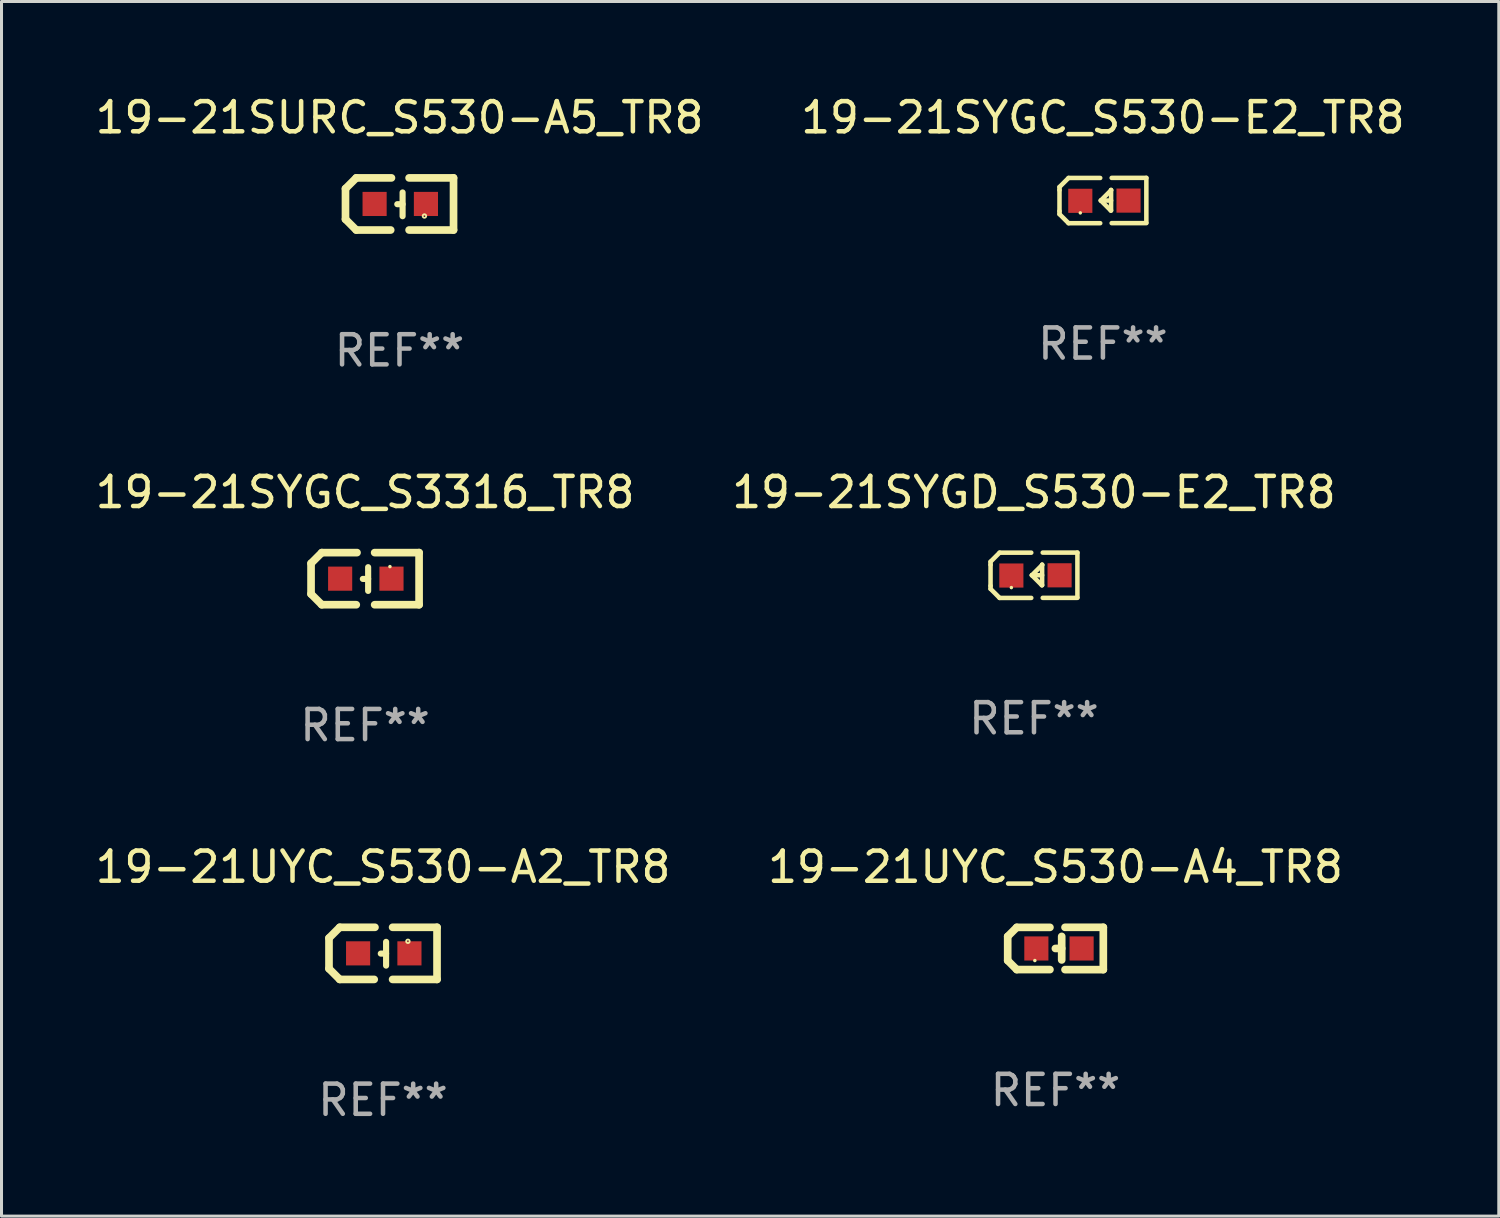
<source format=kicad_pcb>
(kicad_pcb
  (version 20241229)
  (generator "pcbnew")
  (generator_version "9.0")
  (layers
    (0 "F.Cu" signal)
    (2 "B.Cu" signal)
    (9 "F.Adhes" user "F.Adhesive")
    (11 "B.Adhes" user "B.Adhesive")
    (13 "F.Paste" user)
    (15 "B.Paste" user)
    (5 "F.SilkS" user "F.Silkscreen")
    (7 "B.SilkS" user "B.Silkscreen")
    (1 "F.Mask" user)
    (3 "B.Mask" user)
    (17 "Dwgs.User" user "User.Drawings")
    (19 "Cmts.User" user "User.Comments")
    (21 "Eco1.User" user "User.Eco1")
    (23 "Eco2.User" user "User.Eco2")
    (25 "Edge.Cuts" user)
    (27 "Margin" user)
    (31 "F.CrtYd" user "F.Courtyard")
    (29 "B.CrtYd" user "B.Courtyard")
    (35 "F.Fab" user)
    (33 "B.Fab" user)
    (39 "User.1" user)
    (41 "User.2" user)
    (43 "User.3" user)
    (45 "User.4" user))
  (footprint "19-21UYC_S530-A2_TR8"
    (layer "F.Cu")
    (at 9.649 28.559)
    (property "Reference" "19-21UYC_S530-A2_TR8" (at 0 -2.864 0) (layer "F.SilkS") (effects (font (size 1 1) (thickness 0.15))))
    (attr through_hole)
    (fp_line (start -1.791 -0.508) (end -1.435 -0.864) (stroke (width 0.254) (type solid)) (layer "F.SilkS"))
    (fp_line (start -1.791 0.508) (end -1.791 -0.508) (stroke (width 0.254) (type solid)) (layer "F.SilkS"))
    (fp_line (start -1.435 0.864) (end -1.791 0.508) (stroke (width 0.254) (type solid)) (layer "F.SilkS"))
    (fp_line (start -0.292 0.864) (end -1.435 0.864) (stroke (width 0.254) (type solid)) (layer "F.SilkS"))
    (fp_line (start -0.267 -0.864) (end -1.435 -0.864) (stroke (width 0.254) (type solid)) (layer "F.SilkS"))
    (fp_line (start 0.102 0.008) (end -0.074 0.008) (stroke (width 0.203) (type solid)) (layer "F.SilkS"))
    (fp_line (start 0.102 0.406) (end 0.102 -0.381) (stroke (width 0.203) (type solid)) (layer "F.SilkS"))
    (fp_line (start 1.791 -0.864) (end 0.318 -0.864) (stroke (width 0.254) (type solid)) (layer "F.SilkS"))
    (fp_line (start 1.791 0.864) (end 0.318 0.864) (stroke (width 0.254) (type solid)) (layer "F.SilkS"))
    (fp_line (start 1.791 0.864) (end 1.791 -0.864) (stroke (width 0.254) (type solid)) (layer "F.SilkS"))
    (fp_circle (center 0.826 -0.4) (end 0.855 -0.4) (stroke (width 0.06) (type solid)) (fill no) (layer "F.SilkS"))
    (fp_text user "REF**" (at 0 4.864 0) (layer "F.Fab") (effects (font (size 1 1) (thickness 0.15))))
    (pad "1" smd rect (at 0.876 0.000127 90) (size 0.8 0.8) (layers "F.Cu" "F.Mask" "F.Paste"))
    (pad "2" smd rect (at -0.826 0.000127 90) (size 0.8 0.8) (layers "F.Cu" "F.Mask" "F.Paste")))
  (footprint "19-21UYC_S530-A4_TR8"
    (layer "F.Cu")
    (at 31.946 28.397)
    (property "Reference" "19-21UYC_S530-A4_TR8" (at 0 -2.701 0) (layer "F.SilkS") (effects (font (size 1 1) (thickness 0.15))))
    (attr through_hole)
    (fp_line (start -1.585 -0.4) (end -1.585 0.4) (stroke (width 0.254) (type solid)) (layer "F.SilkS"))
    (fp_line (start -1.585 0.4) (end -1.285 0.7) (stroke (width 0.254) (type solid)) (layer "F.SilkS"))
    (fp_line (start -1.285 -0.7) (end -1.585 -0.4) (stroke (width 0.254) (type solid)) (layer "F.SilkS"))
    (fp_line (start -1.285 0.7) (end -0.185 0.7) (stroke (width 0.254) (type solid)) (layer "F.SilkS"))
    (fp_line (start -0.185 -0.7) (end -1.285 -0.7) (stroke (width 0.254) (type solid)) (layer "F.SilkS"))
    (fp_line (start 0.205 -0.4) (end 0.205 0.38) (stroke (width 0.254) (type solid)) (layer "F.SilkS"))
    (fp_line (start 0.205 -0.002) (end -0.004 -0.000102) (stroke (width 0.254) (type solid)) (layer "F.SilkS"))
    (fp_line (start 0.315 -0.701) (end 1.585 -0.701) (stroke (width 0.254) (type solid)) (layer "F.SilkS"))
    (fp_line (start 1.585 -0.701) (end 1.585 0.701) (stroke (width 0.254) (type solid)) (layer "F.SilkS"))
    (fp_line (start 1.585 0.701) (end 0.315 0.701) (stroke (width 0.254) (type solid)) (layer "F.SilkS"))
    (fp_circle (center -0.685 0.4) (end -0.655 0.4) (stroke (width 0.06) (type solid)) (fill no) (layer "F.SilkS"))
    (fp_text user "REF**" (at 0 4.701 0) (layer "F.Fab") (effects (font (size 1 1) (thickness 0.15))))
    (pad "1" smd rect (at -0.635 0) (size 0.8 0.8) (layers "F.Cu" "F.Mask" "F.Paste"))
    (pad "2" smd rect (at 0.865 0) (size 0.8 0.8) (layers "F.Cu" "F.Mask" "F.Paste")))
  (footprint "19-21SYGD_S530-E2_TR8"
    (layer "F.Cu")
    (at 31.232 16.023)
    (property "Reference" "19-21SYGD_S530-E2_TR8" (at 0 -2.751 0) (layer "F.SilkS") (effects (font (size 1 1) (thickness 0.15))))
    (attr through_hole)
    (fp_line (start -1.44 -0.449) (end -1.14 -0.749) (stroke (width 0.15) (type solid)) (layer "F.SilkS"))
    (fp_line (start -1.44 -0.349) (end -1.44 -0.449) (stroke (width 0.15) (type solid)) (layer "F.SilkS"))
    (fp_line (start -1.44 -0.349) (end -1.44 0.351) (stroke (width 0.15) (type solid)) (layer "F.SilkS"))
    (fp_line (start -1.44 0.351) (end -1.44 0.451) (stroke (width 0.15) (type solid)) (layer "F.SilkS"))
    (fp_line (start -1.44 0.451) (end -1.14 0.751) (stroke (width 0.15) (type solid)) (layer "F.SilkS"))
    (fp_line (start -0.09 -0.749) (end -1.14 -0.749) (stroke (width 0.15) (type solid)) (layer "F.SilkS"))
    (fp_line (start -0.09 0.751) (end -1.14 0.751) (stroke (width 0.15) (type solid)) (layer "F.SilkS"))
    (fp_line (start 0.26 0.329) (end -0.07 -0.001) (stroke (width 0.15) (type solid)) (layer "F.SilkS"))
    (fp_line (start 0.27 -0.351) (end 0.27 -0.341) (stroke (width 0.15) (type solid)) (layer "F.SilkS"))
    (fp_line (start 0.27 -0.351) (end 0.27 0.329) (stroke (width 0.15) (type solid)) (layer "F.SilkS"))
    (fp_line (start 0.27 -0.341) (end -0.07 -0.001) (stroke (width 0.15) (type solid)) (layer "F.SilkS"))
    (fp_line (start 0.27 -0.001) (end -0.07 -0.001) (stroke (width 0.15) (type solid)) (layer "F.SilkS"))
    (fp_line (start 0.27 0.329) (end 0.26 0.329) (stroke (width 0.15) (type solid)) (layer "F.SilkS"))
    (fp_line (start 0.29 -0.751) (end 1.44 -0.751) (stroke (width 0.15) (type solid)) (layer "F.SilkS"))
    (fp_line (start 0.29 0.749) (end 1.44 0.749) (stroke (width 0.15) (type solid)) (layer "F.SilkS"))
    (fp_line (start 1.44 -0.751) (end 1.44 0.729) (stroke (width 0.15) (type solid)) (layer "F.SilkS"))
    (fp_circle (center -0.75 0.409) (end -0.72 0.409) (stroke (width 0.06) (type solid)) (fill no) (layer "F.SilkS"))
    (fp_text user "REF**" (at 0 4.751 0) (layer "F.Fab") (effects (font (size 1 1) (thickness 0.15))))
    (pad "1" smd rect (at -0.75 0.009 90) (size 0.8 0.8) (layers "F.Cu" "F.Mask" "F.Paste"))
    (pad "2" smd rect (at 0.849 0.002 90) (size 0.8 0.8) (layers "F.Cu" "F.Mask" "F.Paste")))
  (footprint "19-21SURC_S530-A5_TR8"
    (layer "F.Cu")
    (at 10.196 3.712)
    (property "Reference" "19-21SURC_S530-A5_TR8" (at 0 -2.864 0) (layer "F.SilkS") (effects (font (size 1 1) (thickness 0.15))))
    (attr through_hole)
    (fp_line (start -1.791 -0.508) (end -1.435 -0.864) (stroke (width 0.254) (type solid)) (layer "F.SilkS"))
    (fp_line (start -1.791 0.508) (end -1.791 -0.508) (stroke (width 0.254) (type solid)) (layer "F.SilkS"))
    (fp_line (start -1.435 0.864) (end -1.791 0.508) (stroke (width 0.254) (type solid)) (layer "F.SilkS"))
    (fp_line (start -0.292 0.864) (end -1.435 0.864) (stroke (width 0.254) (type solid)) (layer "F.SilkS"))
    (fp_line (start -0.267 -0.864) (end -1.435 -0.864) (stroke (width 0.254) (type solid)) (layer "F.SilkS"))
    (fp_line (start 0.102 0.008) (end -0.074 0.008) (stroke (width 0.203) (type solid)) (layer "F.SilkS"))
    (fp_line (start 0.102 0.406) (end 0.102 -0.381) (stroke (width 0.203) (type solid)) (layer "F.SilkS"))
    (fp_line (start 1.791 -0.864) (end 0.318 -0.864) (stroke (width 0.254) (type solid)) (layer "F.SilkS"))
    (fp_line (start 1.791 0.864) (end 0.318 0.864) (stroke (width 0.254) (type solid)) (layer "F.SilkS"))
    (fp_line (start 1.791 0.864) (end 1.791 -0.864) (stroke (width 0.254) (type solid)) (layer "F.SilkS"))
    (fp_circle (center 0.826 0.4) (end 0.855 0.4) (stroke (width 0.06) (type solid)) (fill no) (layer "F.SilkS"))
    (fp_text user "REF**" (at 0 4.864 0) (layer "F.Fab") (effects (font (size 1 1) (thickness 0.15))))
    (pad "1" smd rect (at 0.876 0 90) (size 0.8 0.8) (layers "F.Cu" "F.Mask" "F.Paste"))
    (pad "2" smd rect (at -0.826 0 90) (size 0.8 0.8) (layers "F.Cu" "F.Mask" "F.Paste")))
  (footprint "19-21SYGC_S3316_TR8"
    (layer "F.Cu")
    (at 9.054 16.136)
    (property "Reference" "19-21SYGC_S3316_TR8" (at 0 -2.864 0) (layer "F.SilkS") (effects (font (size 1 1) (thickness 0.15))))
    (attr through_hole)
    (fp_line (start -1.791 -0.508) (end -1.435 -0.864) (stroke (width 0.254) (type solid)) (layer "F.SilkS"))
    (fp_line (start -1.791 0.508) (end -1.791 -0.508) (stroke (width 0.254) (type solid)) (layer "F.SilkS"))
    (fp_line (start -1.435 0.864) (end -1.791 0.508) (stroke (width 0.254) (type solid)) (layer "F.SilkS"))
    (fp_line (start -0.292 0.864) (end -1.435 0.864) (stroke (width 0.254) (type solid)) (layer "F.SilkS"))
    (fp_line (start -0.267 -0.864) (end -1.435 -0.864) (stroke (width 0.254) (type solid)) (layer "F.SilkS"))
    (fp_line (start 0.102 0.008) (end -0.074 0.008) (stroke (width 0.203) (type solid)) (layer "F.SilkS"))
    (fp_line (start 0.102 0.406) (end 0.102 -0.381) (stroke (width 0.203) (type solid)) (layer "F.SilkS"))
    (fp_line (start 1.791 -0.864) (end 0.318 -0.864) (stroke (width 0.254) (type solid)) (layer "F.SilkS"))
    (fp_line (start 1.791 0.864) (end 0.318 0.864) (stroke (width 0.254) (type solid)) (layer "F.SilkS"))
    (fp_line (start 1.791 0.864) (end 1.791 -0.864) (stroke (width 0.254) (type solid)) (layer "F.SilkS"))
    (fp_circle (center 0.825 -0.4) (end 0.855 -0.4) (stroke (width 0.06) (type solid)) (fill no) (layer "F.SilkS"))
    (fp_text user "REF**" (at 0 4.864 0) (layer "F.Fab") (effects (font (size 1 1) (thickness 0.15))))
    (pad "1" smd rect (at 0.876 0 90) (size 0.8 0.8) (layers "F.Cu" "F.Mask" "F.Paste"))
    (pad "2" smd rect (at -0.826 0 90) (size 0.8 0.8) (layers "F.Cu" "F.Mask" "F.Paste")))
  (footprint "19-21SYGC_S530-E2_TR8"
    (layer "F.Cu")
    (at 33.518 3.599)
    (property "Reference" "19-21SYGC_S530-E2_TR8" (at 0 -2.751 0) (layer "F.SilkS") (effects (font (size 1 1) (thickness 0.15))))
    (attr through_hole)
    (fp_line (start -1.44 -0.449) (end -1.14 -0.749) (stroke (width 0.15) (type solid)) (layer "F.SilkS"))
    (fp_line (start -1.44 -0.349) (end -1.44 -0.449) (stroke (width 0.15) (type solid)) (layer "F.SilkS"))
    (fp_line (start -1.44 -0.349) (end -1.44 0.351) (stroke (width 0.15) (type solid)) (layer "F.SilkS"))
    (fp_line (start -1.44 0.351) (end -1.44 0.451) (stroke (width 0.15) (type solid)) (layer "F.SilkS"))
    (fp_line (start -1.44 0.451) (end -1.14 0.751) (stroke (width 0.15) (type solid)) (layer "F.SilkS"))
    (fp_line (start -0.09 -0.749) (end -1.14 -0.749) (stroke (width 0.15) (type solid)) (layer "F.SilkS"))
    (fp_line (start -0.09 0.751) (end -1.14 0.751) (stroke (width 0.15) (type solid)) (layer "F.SilkS"))
    (fp_line (start 0.26 0.329) (end -0.07 -0.001) (stroke (width 0.15) (type solid)) (layer "F.SilkS"))
    (fp_line (start 0.27 -0.351) (end 0.27 -0.341) (stroke (width 0.15) (type solid)) (layer "F.SilkS"))
    (fp_line (start 0.27 -0.351) (end 0.27 0.329) (stroke (width 0.15) (type solid)) (layer "F.SilkS"))
    (fp_line (start 0.27 -0.341) (end -0.07 -0.001) (stroke (width 0.15) (type solid)) (layer "F.SilkS"))
    (fp_line (start 0.27 -0.001) (end -0.07 -0.001) (stroke (width 0.15) (type solid)) (layer "F.SilkS"))
    (fp_line (start 0.27 0.329) (end 0.26 0.329) (stroke (width 0.15) (type solid)) (layer "F.SilkS"))
    (fp_line (start 0.29 -0.751) (end 1.44 -0.751) (stroke (width 0.15) (type solid)) (layer "F.SilkS"))
    (fp_line (start 0.29 0.749) (end 1.44 0.749) (stroke (width 0.15) (type solid)) (layer "F.SilkS"))
    (fp_line (start 1.44 -0.751) (end 1.44 0.729) (stroke (width 0.15) (type solid)) (layer "F.SilkS"))
    (fp_circle (center -0.75 0.409) (end -0.72 0.409) (stroke (width 0.06) (type solid)) (fill no) (layer "F.SilkS"))
    (fp_text user "REF**" (at 0 4.751 0) (layer "F.Fab") (effects (font (size 1 1) (thickness 0.15))))
    (pad "1" smd rect (at -0.75 0.009 90) (size 0.8 0.8) (layers "F.Cu" "F.Mask" "F.Paste"))
    (pad "2" smd rect (at 0.849 0.002 90) (size 0.8 0.8) (layers "F.Cu" "F.Mask" "F.Paste")))
  (gr_rect
    (start -3 -3)
    (end 46.643 37.271)
    (stroke (width 0.1) (type default))
    (fill no)
    (layer "Edge.Cuts")))
</source>
